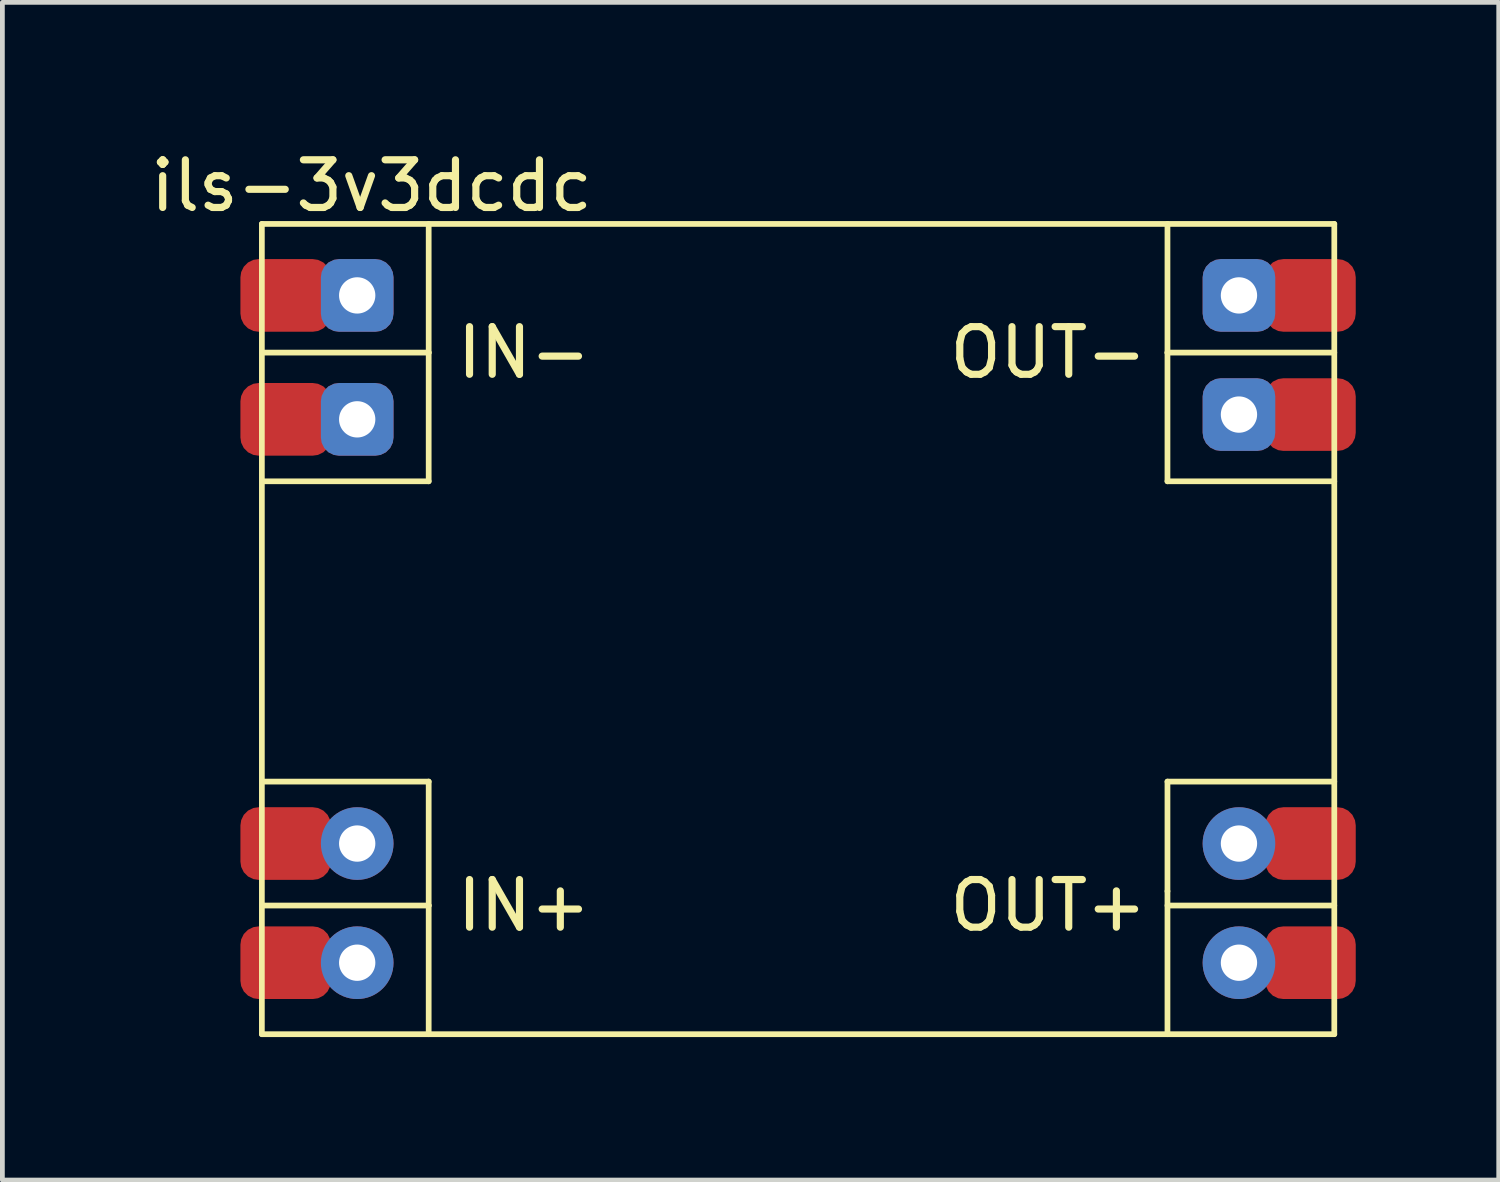
<source format=kicad_pcb>
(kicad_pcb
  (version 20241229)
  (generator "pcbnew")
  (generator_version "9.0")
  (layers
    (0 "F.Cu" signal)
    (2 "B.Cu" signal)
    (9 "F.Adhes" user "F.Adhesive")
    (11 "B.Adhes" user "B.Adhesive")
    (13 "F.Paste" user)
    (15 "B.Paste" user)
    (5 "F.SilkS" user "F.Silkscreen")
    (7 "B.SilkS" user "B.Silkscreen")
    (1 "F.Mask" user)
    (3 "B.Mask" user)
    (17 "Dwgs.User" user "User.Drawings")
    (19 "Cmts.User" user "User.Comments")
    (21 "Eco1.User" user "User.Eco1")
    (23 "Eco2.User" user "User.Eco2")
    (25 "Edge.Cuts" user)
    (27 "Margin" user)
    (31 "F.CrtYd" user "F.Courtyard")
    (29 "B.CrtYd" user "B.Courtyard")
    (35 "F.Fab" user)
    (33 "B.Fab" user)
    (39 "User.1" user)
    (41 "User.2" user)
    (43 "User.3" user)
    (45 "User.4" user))
  (footprint "ils-3v3dcdc"
    (layer "F.Cu")
    (at 2.444 1.648)
    (property "Reference" "ils-3v3dcdc" (at 2.3 -0.8 0) (layer "F.SilkS") (effects (font (size 1 1) (thickness 0.15))))
    (attr through_hole)
    (fp_line (start 0 0) (end 0 17) (stroke (width 0.12) (type solid)) (layer "F.SilkS"))
    (fp_line (start 0 0) (end 22.5 0) (stroke (width 0.12) (type solid)) (layer "F.SilkS"))
    (fp_line (start 3.5 0) (end 3.5 2.7) (stroke (width 0.12) (type solid)) (layer "F.SilkS"))
    (fp_line (start 3.5 2.7) (end 0 2.7) (stroke (width 0.12) (type solid)) (layer "F.SilkS"))
    (fp_line (start 3.5 2.7) (end 3.5 5.4) (stroke (width 0.12) (type solid)) (layer "F.SilkS"))
    (fp_line (start 3.5 5.4) (end 0 5.4) (stroke (width 0.12) (type solid)) (layer "F.SilkS"))
    (fp_line (start 3.5 11.7) (end 0 11.7) (stroke (width 0.12) (type solid)) (layer "F.SilkS"))
    (fp_line (start 3.5 14.3) (end 0 14.3) (stroke (width 0.12) (type solid)) (layer "F.SilkS"))
    (fp_line (start 3.5 14.3) (end 3.5 11.7) (stroke (width 0.12) (type solid)) (layer "F.SilkS"))
    (fp_line (start 3.5 17) (end 3.5 14.3) (stroke (width 0.12) (type solid)) (layer "F.SilkS"))
    (fp_line (start 19 0) (end 19 2.7) (stroke (width 0.12) (type solid)) (layer "F.SilkS"))
    (fp_line (start 19 2.7) (end 19 5.4) (stroke (width 0.12) (type solid)) (layer "F.SilkS"))
    (fp_line (start 19 2.7) (end 22.5 2.7) (stroke (width 0.12) (type solid)) (layer "F.SilkS"))
    (fp_line (start 19 5.4) (end 22.5 5.4) (stroke (width 0.12) (type solid)) (layer "F.SilkS"))
    (fp_line (start 19 11.7) (end 22.5 11.7) (stroke (width 0.12) (type solid)) (layer "F.SilkS"))
    (fp_line (start 19 14) (end 19 11.7) (stroke (width 0.12) (type solid)) (layer "F.SilkS"))
    (fp_line (start 19 14.3) (end 22.5 14.3) (stroke (width 0.12) (type solid)) (layer "F.SilkS"))
    (fp_line (start 19 17) (end 19 14) (stroke (width 0.12) (type solid)) (layer "F.SilkS"))
    (fp_line (start 22.5 0) (end 22.5 17) (stroke (width 0.12) (type solid)) (layer "F.SilkS"))
    (fp_line (start 22.5 17) (end 0 17) (stroke (width 0.12) (type solid)) (layer "F.SilkS"))
    (fp_text user "OUT-" (at 16.5 2.7 0) (layer "F.SilkS") (effects (font (size 1 1) (thickness 0.15))))
    (fp_text user "IN+" (at 5.5 14.3 0) (layer "F.SilkS") (effects (font (size 1 1) (thickness 0.15))))
    (fp_text user "IN-" (at 5.5 2.7 0) (layer "F.SilkS") (effects (font (size 1 1) (thickness 0.15))))
    (fp_text user "OUT+" (at 16.5 14.3 0) (layer "F.SilkS") (effects (font (size 1 1) (thickness 0.15))))
    (pad "1" smd roundrect (at 0.5 13) (size 1.9 1.524) (layers "F.Cu" "F.Mask" "F.Paste") (roundrect_rratio 0.25))
    (pad "1" smd roundrect (at 0.5 15.5) (size 1.9 1.524) (layers "F.Cu" "F.Mask" "F.Paste") (roundrect_rratio 0.25))
    (pad "1" thru_hole circle (at 2 13) (size 1.524 1.524) (drill 0.762) (layers "*.Cu" "*.Mask"))
    (pad "1" thru_hole circle (at 2 15.5) (size 1.524 1.524) (drill 0.762) (layers "*.Cu" "*.Mask"))
    (pad "2" smd roundrect (at 0.5 1.5) (size 1.9 1.524) (layers "F.Cu" "F.Mask" "F.Paste") (roundrect_rratio 0.25))
    (pad "2" smd roundrect (at 0.5 4.1) (size 1.9 1.524) (layers "F.Cu" "F.Mask" "F.Paste") (roundrect_rratio 0.25))
    (pad "2" thru_hole roundrect (at 2 1.5) (size 1.524 1.524) (drill 0.762) (layers "*.Cu" "*.Mask") (roundrect_rratio 0.25))
    (pad "2" thru_hole roundrect (at 2 4.1) (size 1.524 1.524) (drill 0.762) (layers "*.Cu" "*.Mask") (roundrect_rratio 0.25))
    (pad "3" thru_hole circle (at 20.5 13) (size 1.524 1.524) (drill 0.762) (layers "*.Cu" "*.Mask"))
    (pad "3" thru_hole circle (at 20.5 15.5) (size 1.524 1.524) (drill 0.762) (layers "*.Cu" "*.Mask"))
    (pad "3" smd roundrect (at 22 13) (size 1.9 1.524) (layers "F.Cu" "F.Mask" "F.Paste") (roundrect_rratio 0.25))
    (pad "3" smd roundrect (at 22 15.5) (size 1.9 1.524) (layers "F.Cu" "F.Mask" "F.Paste") (roundrect_rratio 0.25))
    (pad "4" thru_hole roundrect (at 20.5 1.5) (size 1.524 1.524) (drill 0.762) (layers "*.Cu" "*.Mask") (roundrect_rratio 0.25))
    (pad "4" thru_hole roundrect (at 20.5 4) (size 1.524 1.524) (drill 0.762) (layers "*.Cu" "*.Mask") (roundrect_rratio 0.25))
    (pad "4" smd roundrect (at 22 1.5) (size 1.9 1.524) (layers "F.Cu" "F.Mask" "F.Paste") (roundrect_rratio 0.25))
    (pad "4" smd roundrect (at 22 4) (size 1.9 1.524) (layers "F.Cu" "F.Mask" "F.Paste") (roundrect_rratio 0.25)))
  (gr_rect
    (start -3 -3)
    (end 28.394 21.708)
    (stroke (width 0.1) (type default))
    (fill no)
    (layer "Edge.Cuts")))
</source>
